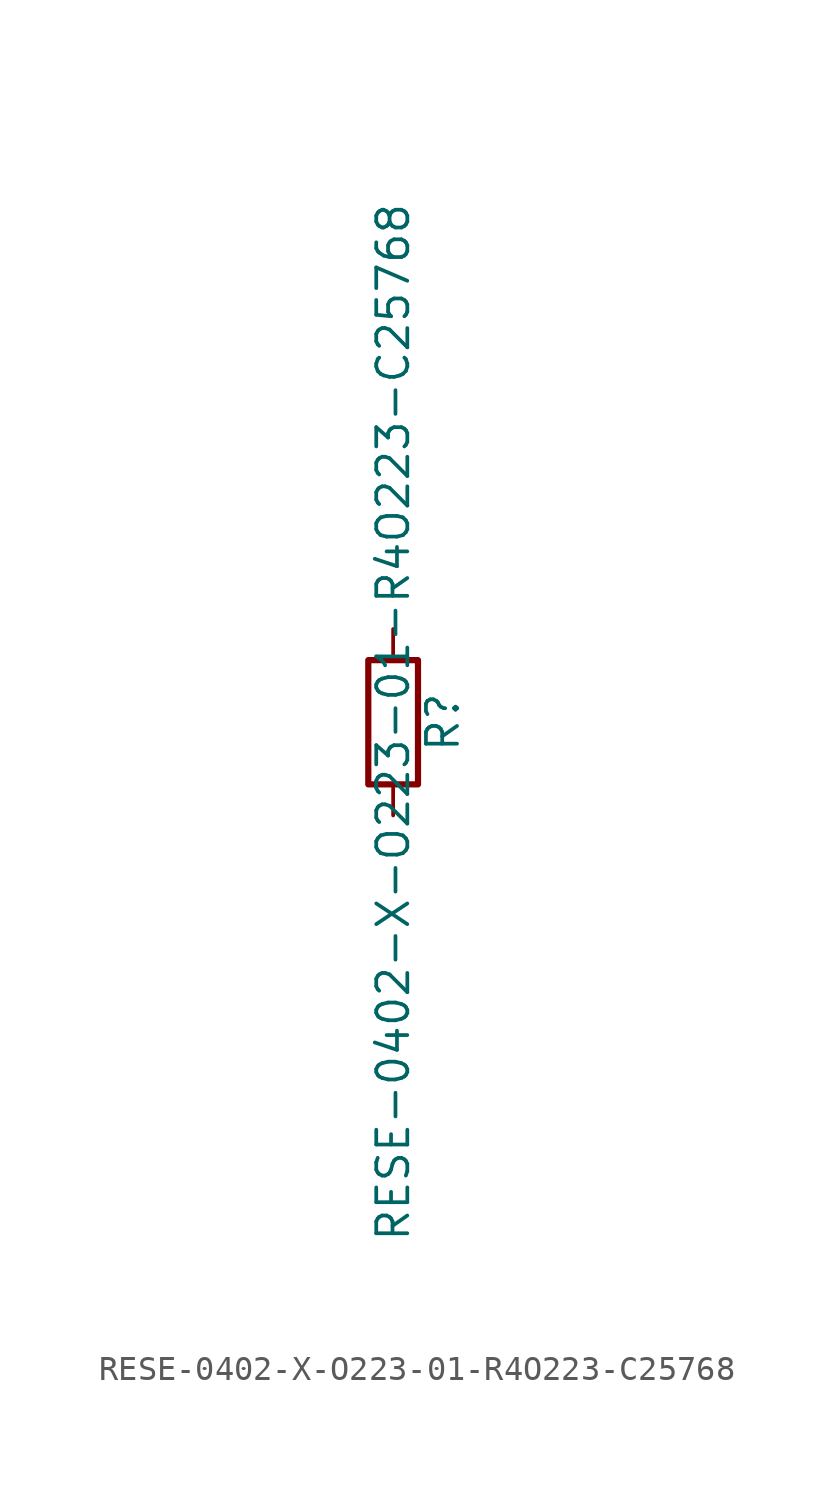
<source format=kicad_sym>
(kicad_symbol_lib
  (version 20211014)
  (generator kicad_symbol_editor)
  (symbol "RESE-0402-X-O223-01-R4O223-C25768"
    (pin_numbers hide)
    (pin_names
      (offset 0))
    (property "Reference" "R"
      (at 2.032 0 90)
      (effects (font (size 1.27 1.27))))
    (property "Value" "RESE-0402-X-O223-01-R4O223-C25768"
      (at 0 0 90)
      (effects (font (size 1.27 1.27))))
    (symbol "RESE-0402-X-O223-01-R4O223-C25768_0_1"
      (rectangle (start -1.016 -2.54) (end 1.016 2.54) (stroke (width 0.254) (type default) (color 0 0 0 0)) (fill (type none))))
    (symbol "RESE-0402-X-O223-01-R4O223-C25768_1_1"
      (pin passive line (at 0 3.81 270) (length 1.27) (name "~" (effects (font (size 1.27 1.27)))) (number "1" (effects (font (size 1.27 1.27)))))
      (pin passive line (at 0 -3.81 90) (length 1.27) (name "~" (effects (font (size 1.27 1.27)))) (number "2" (effects (font (size 1.27 1.27))))))))
</source>
